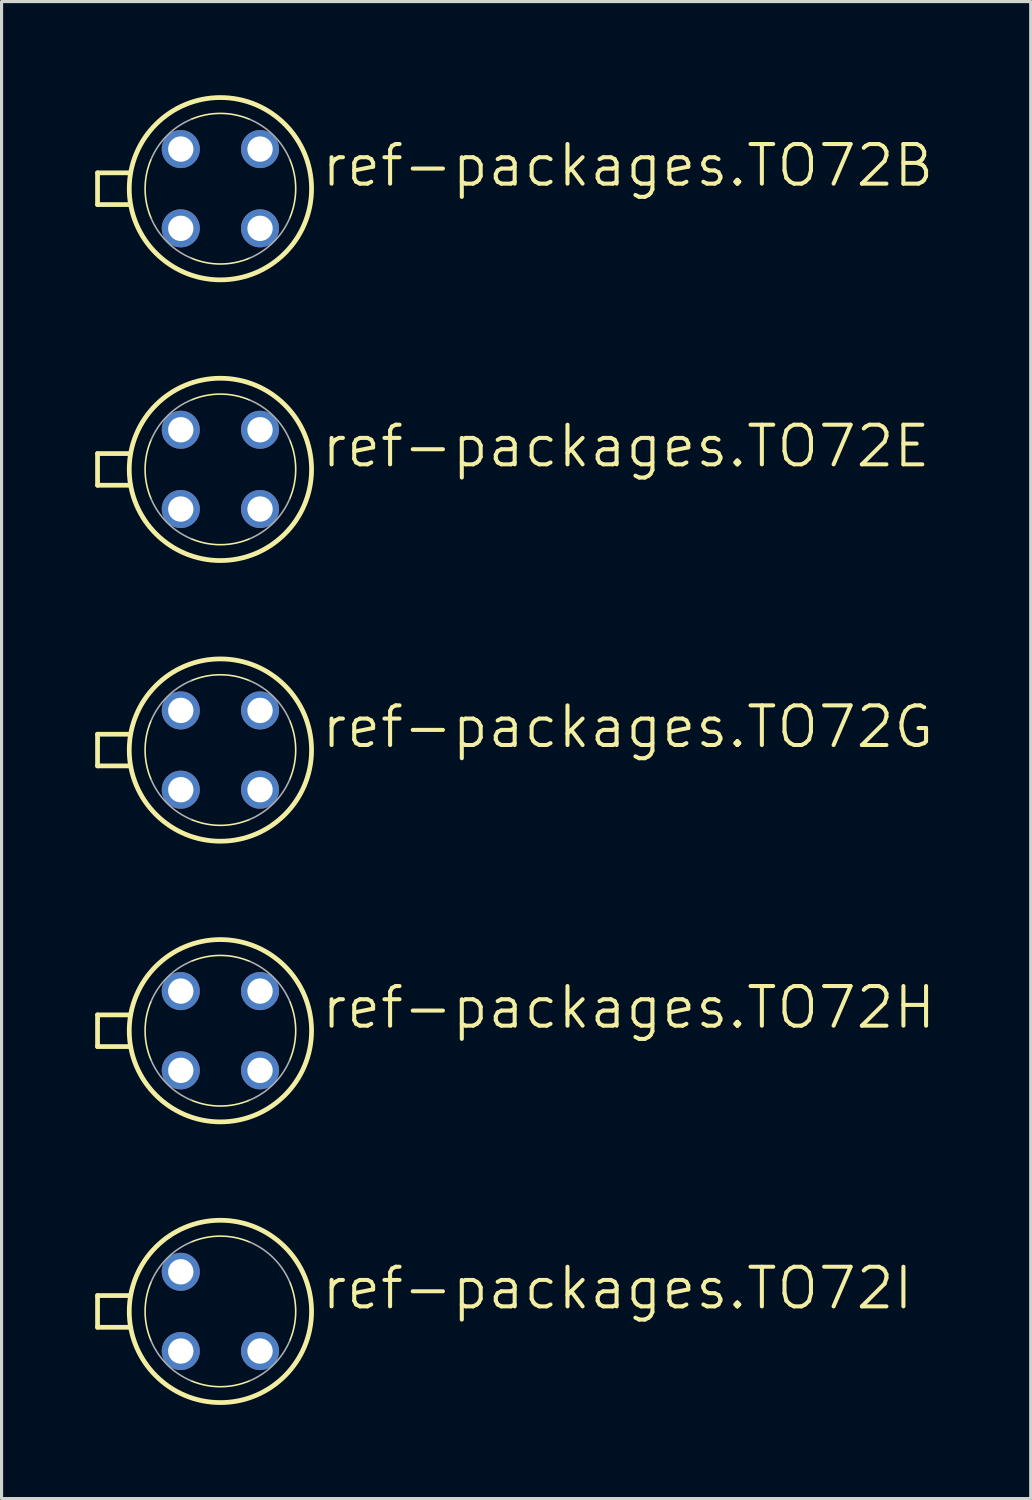
<source format=kicad_pcb>
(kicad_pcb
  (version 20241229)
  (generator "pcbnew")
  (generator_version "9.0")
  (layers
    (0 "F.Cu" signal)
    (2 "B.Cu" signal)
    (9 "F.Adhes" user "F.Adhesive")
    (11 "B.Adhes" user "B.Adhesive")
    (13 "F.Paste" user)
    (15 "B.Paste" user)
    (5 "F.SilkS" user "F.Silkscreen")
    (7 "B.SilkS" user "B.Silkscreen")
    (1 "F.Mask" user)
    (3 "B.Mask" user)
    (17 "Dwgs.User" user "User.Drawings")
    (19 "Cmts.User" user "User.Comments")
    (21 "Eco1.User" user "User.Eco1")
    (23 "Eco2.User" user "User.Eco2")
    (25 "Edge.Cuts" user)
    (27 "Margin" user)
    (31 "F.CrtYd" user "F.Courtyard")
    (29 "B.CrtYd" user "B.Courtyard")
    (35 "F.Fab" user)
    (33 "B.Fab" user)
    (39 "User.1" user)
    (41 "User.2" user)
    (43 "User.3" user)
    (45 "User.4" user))
  (footprint "ref-packages.TO72E"
    (layer "F.Cu")
    (at 4.013 11.992)
    (property "Reference" "ref-packages.TO72E" (at 3.175 0 0) (layer "F.SilkS") (effects (font (size 1.27 1.27) (thickness 0.13)) (justify left bottom)))
    (attr through_hole)
    (fp_line (start -3.937 -0.508) (end -2.896 -0.508) (stroke (width 0.152) (type default)) (layer "F.SilkS"))
    (fp_line (start -3.937 0.508) (end -3.937 -0.508) (stroke (width 0.152) (type default)) (layer "F.SilkS"))
    (fp_line (start -2.896 0.508) (end -3.937 0.508) (stroke (width 0.152) (type default)) (layer "F.SilkS"))
    (fp_arc (start -2.227 0.9289) (mid -2.412962 0) (end -2.227 -0.9289) (stroke (width 0.0508) (type default)) (layer "F.SilkS"))
    (fp_arc (start -0.9289 -2.227) (mid 0 -2.412962) (end 0.9289 -2.227) (stroke (width 0.0508) (type default)) (layer "F.SilkS"))
    (fp_arc (start 0.9289 2.227) (mid 0 2.412962) (end -0.9289 2.227) (stroke (width 0.0508) (type default)) (layer "F.SilkS"))
    (fp_arc (start 2.227 -0.9289) (mid 2.412962 0) (end 2.227 0.9289) (stroke (width 0.0508) (type default)) (layer "F.SilkS"))
    (fp_circle (center 0 0) (end 2.921 0) (stroke (width 0.152) (type default)) (fill no) (layer "F.SilkS"))
    (fp_arc (start -2.227 -0.9289) (mid -1.706222 -1.706222) (end -0.9289 -2.227) (stroke (width 0.0508) (type default)) (layer "F.Fab"))
    (fp_arc (start -0.9289 2.227) (mid -1.706222 1.706222) (end -2.227 0.9289) (stroke (width 0.0508) (type default)) (layer "F.Fab"))
    (fp_arc (start 0.9289 -2.227) (mid 1.706222 -1.706222) (end 2.227 -0.9289) (stroke (width 0.0508) (type default)) (layer "F.Fab"))
    (fp_arc (start 2.227 0.9289) (mid 1.706222 1.706222) (end 0.9289 2.227) (stroke (width 0.0508) (type default)) (layer "F.Fab"))
    (pad "D" thru_hole circle (at 1.27 1.27) (size 1.219 1.219) (drill 0.813) (layers "*.Cu" "*.Mask"))
    (pad "G" thru_hole circle (at 1.27 -1.27) (size 1.219 1.219) (drill 0.813) (layers "*.Cu" "*.Mask"))
    (pad "S" thru_hole circle (at -1.27 1.27) (size 1.219 1.219) (drill 0.813) (layers "*.Cu" "*.Mask"))
    (pad "SUB" thru_hole circle (at -1.27 -1.27) (size 1.219 1.219) (drill 0.813) (layers "*.Cu" "*.Mask")))
  (footprint "ref-packages.TO72I"
    (layer "F.Cu")
    (at 4.013 38.975)
    (property "Reference" "ref-packages.TO72I" (at 3.175 0 0) (layer "F.SilkS") (effects (font (size 1.27 1.27) (thickness 0.13)) (justify left bottom)))
    (attr through_hole)
    (fp_line (start -3.937 -0.508) (end -2.896 -0.508) (stroke (width 0.152) (type default)) (layer "F.SilkS"))
    (fp_line (start -3.937 0.508) (end -3.937 -0.508) (stroke (width 0.152) (type default)) (layer "F.SilkS"))
    (fp_line (start -2.896 0.508) (end -3.937 0.508) (stroke (width 0.152) (type default)) (layer "F.SilkS"))
    (fp_arc (start -2.227 0.9289) (mid -2.412962 0) (end -2.227 -0.9289) (stroke (width 0.0508) (type default)) (layer "F.SilkS"))
    (fp_arc (start -0.9289 -2.227) (mid 0 -2.412962) (end 0.9289 -2.227) (stroke (width 0.0508) (type default)) (layer "F.SilkS"))
    (fp_arc (start 0.9289 2.227) (mid 0 2.412962) (end -0.9289 2.227) (stroke (width 0.0508) (type default)) (layer "F.SilkS"))
    (fp_arc (start 2.227 -0.9289) (mid 2.412962 0) (end 2.227 0.9289) (stroke (width 0.0508) (type default)) (layer "F.SilkS"))
    (fp_circle (center 0 0) (end 2.921 0) (stroke (width 0.152) (type default)) (fill no) (layer "F.SilkS"))
    (fp_arc (start -2.227 -0.9289) (mid -1.706222 -1.706222) (end -0.9289 -2.227) (stroke (width 0.0508) (type default)) (layer "F.Fab"))
    (fp_arc (start -0.9289 2.227) (mid -1.706222 1.706222) (end -2.227 0.9289) (stroke (width 0.0508) (type default)) (layer "F.Fab"))
    (fp_arc (start 0.9289 -2.227) (mid 1.706222 -1.706222) (end 2.227 -0.9289) (stroke (width 0.0508) (type default)) (layer "F.Fab"))
    (fp_arc (start 2.227 0.9289) (mid 1.706222 1.706222) (end 0.9289 2.227) (stroke (width 0.0508) (type default)) (layer "F.Fab"))
    (pad "B1" thru_hole circle (at 1.27 1.27) (size 1.219 1.219) (drill 0.813) (layers "*.Cu" "*.Mask"))
    (pad "B2" thru_hole circle (at -1.27 -1.27) (size 1.219 1.219) (drill 0.813) (layers "*.Cu" "*.Mask"))
    (pad "E" thru_hole circle (at -1.27 1.27) (size 1.219 1.219) (drill 0.813) (layers "*.Cu" "*.Mask")))
  (footprint "ref-packages.TO72H"
    (layer "F.Cu")
    (at 4.013 29.98)
    (property "Reference" "ref-packages.TO72H" (at 3.175 0 0) (layer "F.SilkS") (effects (font (size 1.27 1.27) (thickness 0.13)) (justify left bottom)))
    (attr through_hole)
    (fp_line (start -3.937 -0.508) (end -2.896 -0.508) (stroke (width 0.152) (type default)) (layer "F.SilkS"))
    (fp_line (start -3.937 0.508) (end -3.937 -0.508) (stroke (width 0.152) (type default)) (layer "F.SilkS"))
    (fp_line (start -2.896 0.508) (end -3.937 0.508) (stroke (width 0.152) (type default)) (layer "F.SilkS"))
    (fp_arc (start -2.227 0.9289) (mid -2.412962 0) (end -2.227 -0.9289) (stroke (width 0.0508) (type default)) (layer "F.SilkS"))
    (fp_arc (start -0.9289 -2.227) (mid 0 -2.412962) (end 0.9289 -2.227) (stroke (width 0.0508) (type default)) (layer "F.SilkS"))
    (fp_arc (start 0.9289 2.227) (mid 0 2.412962) (end -0.9289 2.227) (stroke (width 0.0508) (type default)) (layer "F.SilkS"))
    (fp_arc (start 2.227 -0.9289) (mid 2.412962 0) (end 2.227 0.9289) (stroke (width 0.0508) (type default)) (layer "F.SilkS"))
    (fp_circle (center 0 0) (end 2.921 0) (stroke (width 0.152) (type default)) (fill no) (layer "F.SilkS"))
    (fp_arc (start -2.227 -0.9289) (mid -1.706222 -1.706222) (end -0.9289 -2.227) (stroke (width 0.0508) (type default)) (layer "F.Fab"))
    (fp_arc (start -0.9289 2.227) (mid -1.706222 1.706222) (end -2.227 0.9289) (stroke (width 0.0508) (type default)) (layer "F.Fab"))
    (fp_arc (start 0.9289 -2.227) (mid 1.706222 -1.706222) (end 2.227 -0.9289) (stroke (width 0.0508) (type default)) (layer "F.Fab"))
    (fp_arc (start 2.227 0.9289) (mid 1.706222 1.706222) (end 0.9289 2.227) (stroke (width 0.0508) (type default)) (layer "F.Fab"))
    (pad "D" thru_hole circle (at -1.27 1.27) (size 1.219 1.219) (drill 0.813) (layers "*.Cu" "*.Mask"))
    (pad "G1" thru_hole circle (at 1.27 -1.27) (size 1.219 1.219) (drill 0.813) (layers "*.Cu" "*.Mask"))
    (pad "G2" thru_hole circle (at 1.27 1.27) (size 1.219 1.219) (drill 0.813) (layers "*.Cu" "*.Mask"))
    (pad "S" thru_hole circle (at -1.27 -1.27) (size 1.219 1.219) (drill 0.813) (layers "*.Cu" "*.Mask")))
  (footprint "ref-packages.TO72G"
    (layer "F.Cu")
    (at 4.013 20.986)
    (property "Reference" "ref-packages.TO72G" (at 3.175 0 0) (layer "F.SilkS") (effects (font (size 1.27 1.27) (thickness 0.13)) (justify left bottom)))
    (attr through_hole)
    (fp_line (start -3.937 -0.508) (end -2.896 -0.508) (stroke (width 0.152) (type default)) (layer "F.SilkS"))
    (fp_line (start -3.937 0.508) (end -3.937 -0.508) (stroke (width 0.152) (type default)) (layer "F.SilkS"))
    (fp_line (start -2.896 0.508) (end -3.937 0.508) (stroke (width 0.152) (type default)) (layer "F.SilkS"))
    (fp_arc (start -2.227 0.9289) (mid -2.412962 0) (end -2.227 -0.9289) (stroke (width 0.0508) (type default)) (layer "F.SilkS"))
    (fp_arc (start -0.9289 -2.227) (mid 0 -2.412962) (end 0.9289 -2.227) (stroke (width 0.0508) (type default)) (layer "F.SilkS"))
    (fp_arc (start 0.9289 2.227) (mid 0 2.412962) (end -0.9289 2.227) (stroke (width 0.0508) (type default)) (layer "F.SilkS"))
    (fp_arc (start 2.227 -0.9289) (mid 2.412962 0) (end 2.227 0.9289) (stroke (width 0.0508) (type default)) (layer "F.SilkS"))
    (fp_circle (center 0 0) (end 2.921 0) (stroke (width 0.152) (type default)) (fill no) (layer "F.SilkS"))
    (fp_arc (start -2.227 -0.9289) (mid -1.706222 -1.706222) (end -0.9289 -2.227) (stroke (width 0.0508) (type default)) (layer "F.Fab"))
    (fp_arc (start -0.9289 2.227) (mid -1.706222 1.706222) (end -2.227 0.9289) (stroke (width 0.0508) (type default)) (layer "F.Fab"))
    (fp_arc (start 0.9289 -2.227) (mid 1.706222 -1.706222) (end 2.227 -0.9289) (stroke (width 0.0508) (type default)) (layer "F.Fab"))
    (fp_arc (start 2.227 0.9289) (mid 1.706222 1.706222) (end 0.9289 2.227) (stroke (width 0.0508) (type default)) (layer "F.Fab"))
    (pad "B" thru_hole circle (at -1.27 -1.27) (size 1.219 1.219) (drill 0.813) (layers "*.Cu" "*.Mask"))
    (pad "D" thru_hole circle (at -1.27 1.27) (size 1.219 1.219) (drill 0.813) (layers "*.Cu" "*.Mask"))
    (pad "G" thru_hole circle (at 1.27 -1.27) (size 1.219 1.219) (drill 0.813) (layers "*.Cu" "*.Mask"))
    (pad "S" thru_hole circle (at 1.27 1.27) (size 1.219 1.219) (drill 0.813) (layers "*.Cu" "*.Mask")))
  (footprint "ref-packages.TO72B"
    (layer "F.Cu")
    (at 4.013 2.997)
    (property "Reference" "ref-packages.TO72B" (at 3.175 0 0) (layer "F.SilkS") (effects (font (size 1.27 1.27) (thickness 0.13)) (justify left bottom)))
    (attr through_hole)
    (fp_line (start -3.937 -0.508) (end -2.896 -0.508) (stroke (width 0.152) (type default)) (layer "F.SilkS"))
    (fp_line (start -3.937 0.508) (end -3.937 -0.508) (stroke (width 0.152) (type default)) (layer "F.SilkS"))
    (fp_line (start -2.896 0.508) (end -3.937 0.508) (stroke (width 0.152) (type default)) (layer "F.SilkS"))
    (fp_arc (start -2.227 0.9289) (mid -2.412962 0) (end -2.227 -0.9289) (stroke (width 0.0508) (type default)) (layer "F.SilkS"))
    (fp_arc (start -0.9289 -2.227) (mid 0 -2.412962) (end 0.9289 -2.227) (stroke (width 0.0508) (type default)) (layer "F.SilkS"))
    (fp_arc (start 0.9289 2.227) (mid 0 2.412962) (end -0.9289 2.227) (stroke (width 0.0508) (type default)) (layer "F.SilkS"))
    (fp_arc (start 2.227 -0.9289) (mid 2.412962 0) (end 2.227 0.9289) (stroke (width 0.0508) (type default)) (layer "F.SilkS"))
    (fp_circle (center 0 0) (end 2.921 0) (stroke (width 0.152) (type default)) (fill no) (layer "F.SilkS"))
    (fp_arc (start -2.227 -0.9289) (mid -1.706222 -1.706222) (end -0.9289 -2.227) (stroke (width 0.0508) (type default)) (layer "F.Fab"))
    (fp_arc (start -0.9289 2.227) (mid -1.706222 1.706222) (end -2.227 0.9289) (stroke (width 0.0508) (type default)) (layer "F.Fab"))
    (fp_arc (start 0.9289 -2.227) (mid 1.706222 -1.706222) (end 2.227 -0.9289) (stroke (width 0.0508) (type default)) (layer "F.Fab"))
    (fp_arc (start 2.227 0.9289) (mid 1.706222 1.706222) (end 0.9289 2.227) (stroke (width 0.0508) (type default)) (layer "F.Fab"))
    (pad "B" thru_hole circle (at 1.27 1.27) (size 1.219 1.219) (drill 0.813) (layers "*.Cu" "*.Mask"))
    (pad "C" thru_hole circle (at 1.27 -1.27) (size 1.219 1.219) (drill 0.813) (layers "*.Cu" "*.Mask"))
    (pad "E" thru_hole circle (at -1.27 1.27) (size 1.219 1.219) (drill 0.813) (layers "*.Cu" "*.Mask"))
    (pad "GEH" thru_hole circle (at -1.27 -1.27) (size 1.219 1.219) (drill 0.813) (layers "*.Cu" "*.Mask")))
  (gr_rect
    (start -3 -3)
    (end 29.979 44.972)
    (stroke (width 0.1) (type default))
    (fill no)
    (layer "Edge.Cuts")))
</source>
